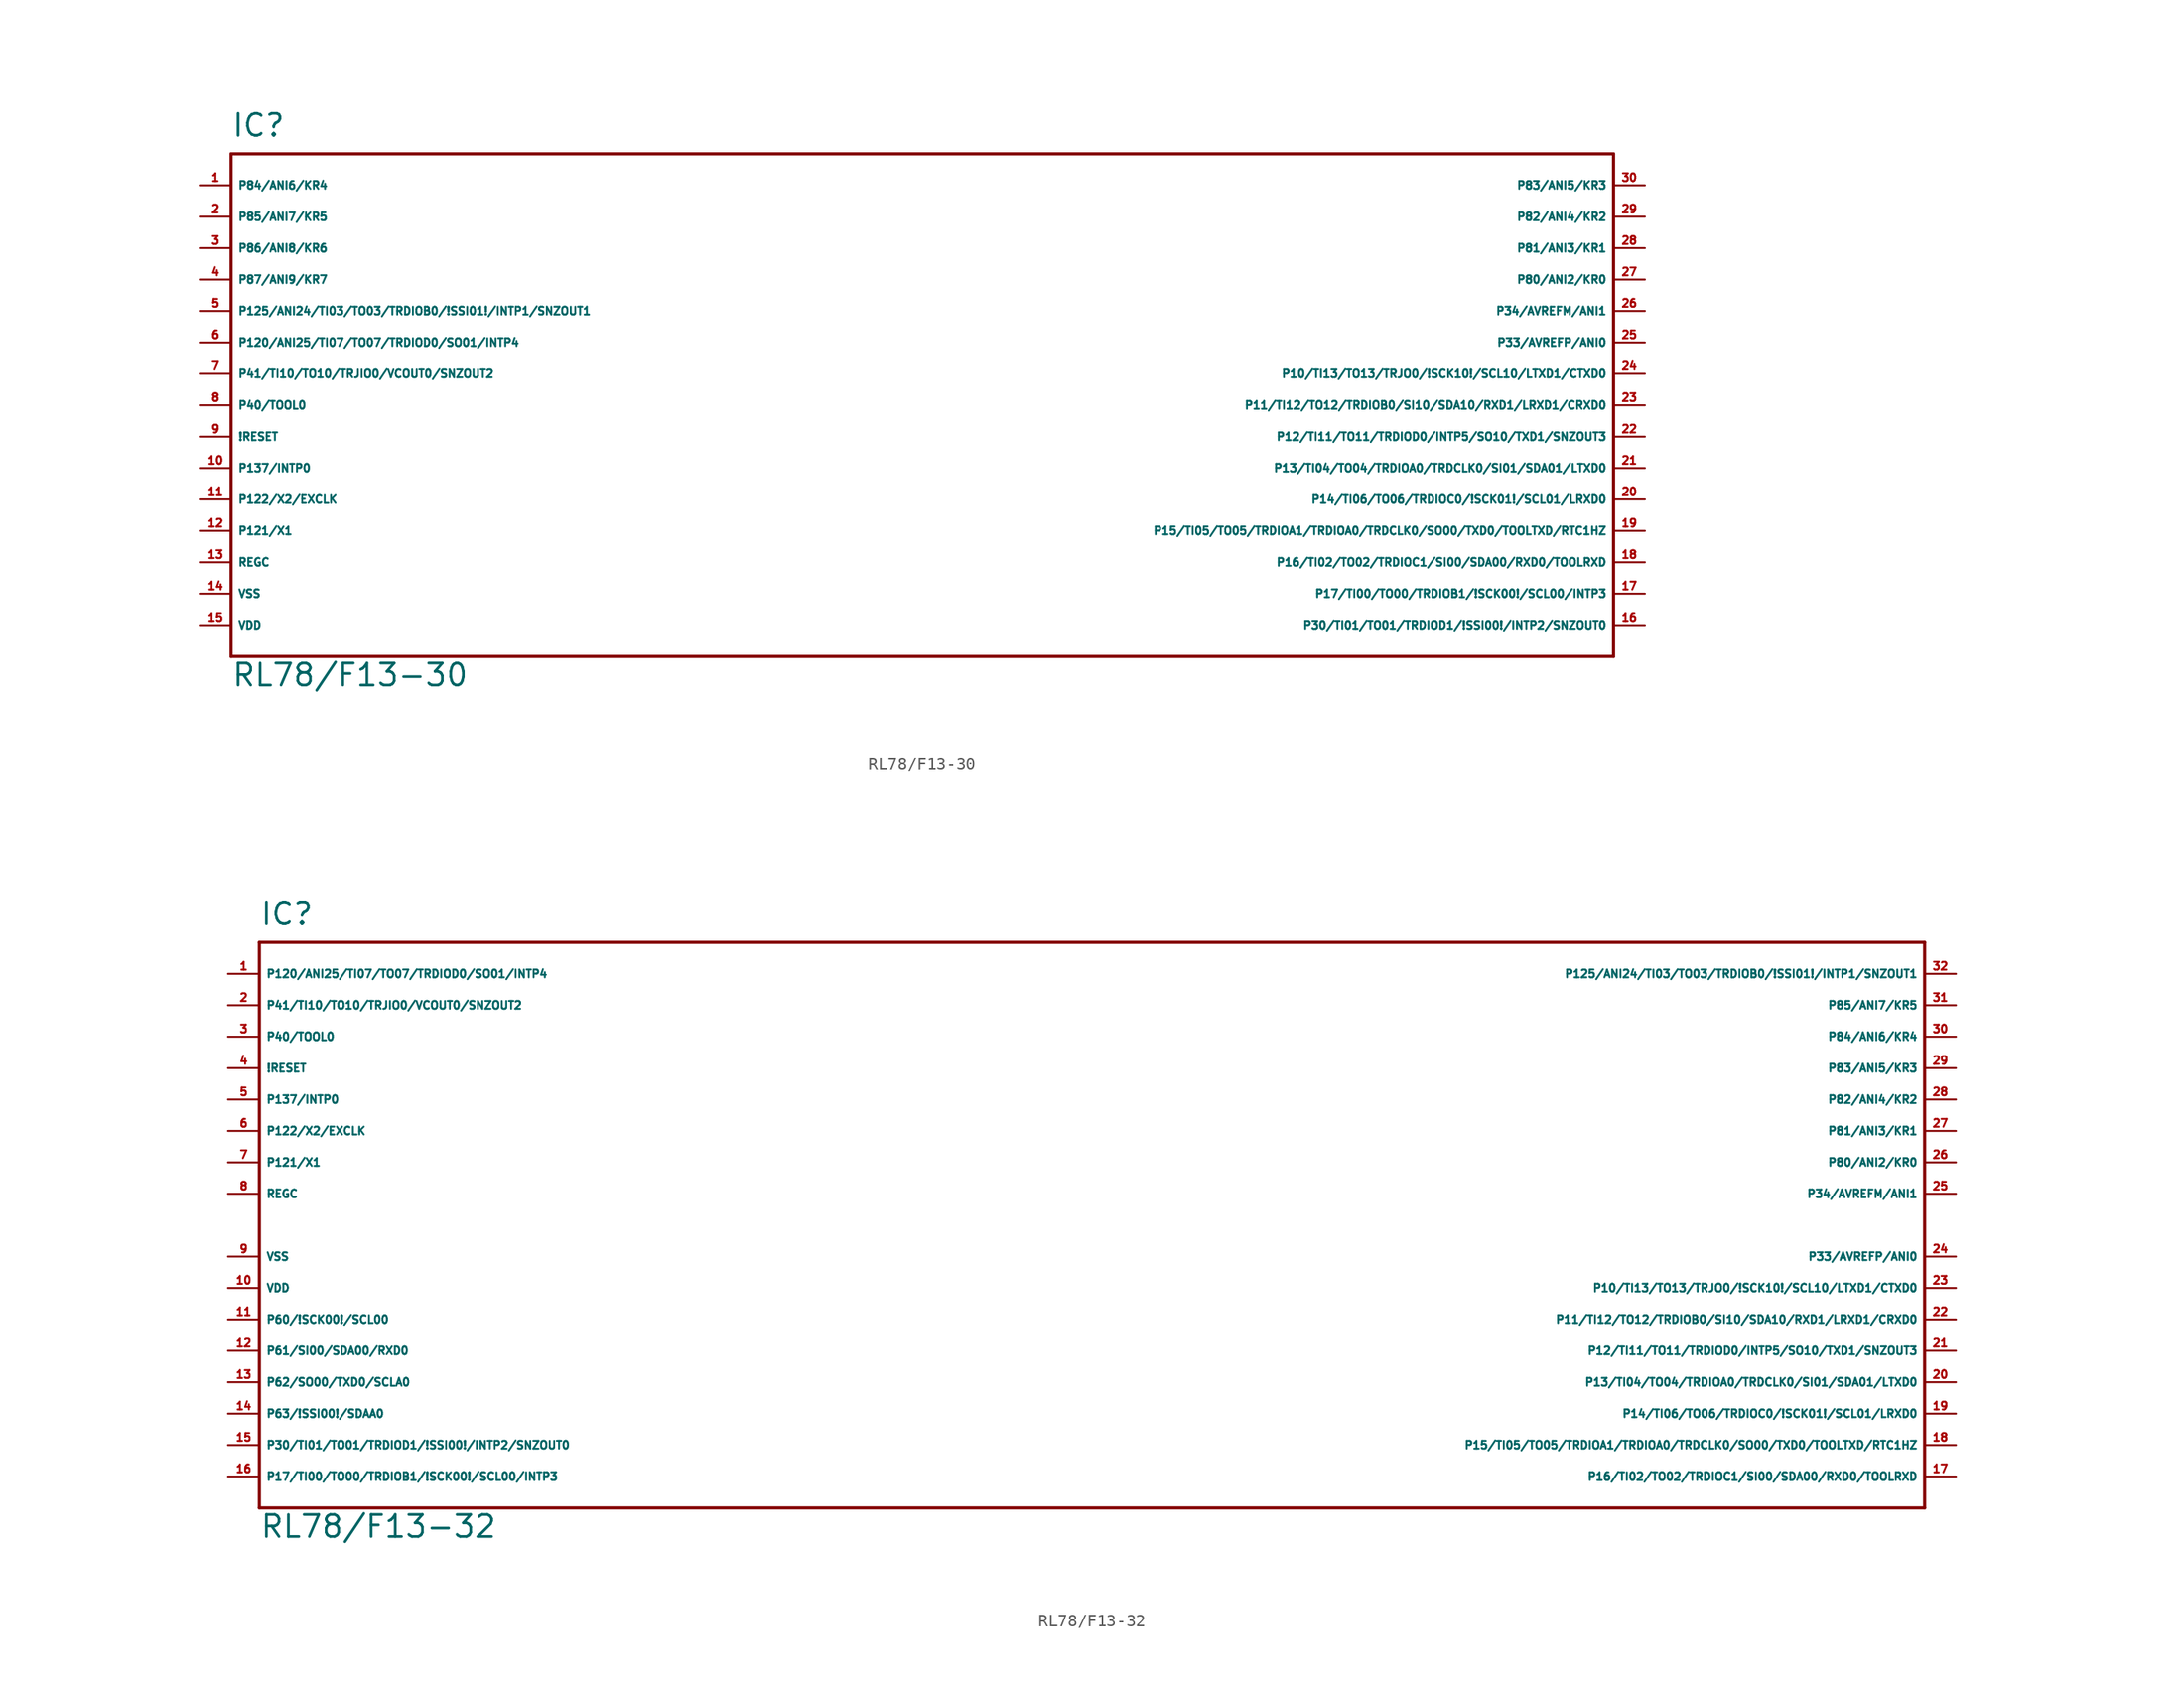
<source format=kicad_sym>
(kicad_symbol_lib
  (version 20220914)
  (generator Eagle2Kicad)
  (symbol "RL78/F13-30"
    (property "Reference" "IC"
      (at -55.88 24.13 0)
      (effects (font (size 1.778 1.778) (thickness 0.22)) (justify left bottom)))
    (property "Value" "RL78/F13-30"
      (at -55.88 -20.32 0)
      (effects (font (size 1.778 1.778) (thickness 0.22)) (justify left bottom)))
    (polyline
      (pts (xy 55.88 22.86) (xy -55.88 22.86))
      (stroke (width 0.254) (type default))
      (fill (type none)))
    (polyline
      (pts (xy -55.88 22.86) (xy -55.88 -17.78))
      (stroke (width 0.254) (type default))
      (fill (type none)))
    (polyline
      (pts (xy -55.88 -17.78) (xy 55.88 -17.78))
      (stroke (width 0.254) (type default))
      (fill (type none)))
    (polyline
      (pts (xy 55.88 -17.78) (xy 55.88 22.86))
      (stroke (width 0.254) (type default))
      (fill (type none)))
    (pin bidirectional line
      (at -58.42 5.08 0)
      (length 2.54)
      (name "P41/TI10/TO10/TRJIO0/VCOUT0/SNZOUT2" (effects (font (size 0.635 0.635) (thickness 0.08)) (justify left bottom)))
      (number "7" (effects (font (size 0.635 0.635) (thickness 0.08)) (justify left bottom))))
    (pin bidirectional line
      (at -58.42 2.54 0)
      (length 2.54)
      (name "P40/TOOL0" (effects (font (size 0.635 0.635) (thickness 0.08)) (justify left bottom)))
      (number "8" (effects (font (size 0.635 0.635) (thickness 0.08)) (justify left bottom))))
    (pin input line
      (at -58.42 0 0)
      (length 2.54)
      (name "!RESET" (effects (font (size 0.635 0.635) (thickness 0.08)) (justify left bottom)))
      (number "9" (effects (font (size 0.635 0.635) (thickness 0.08)) (justify left bottom))))
    (pin input line
      (at -58.42 -2.54 0)
      (length 2.54)
      (name "P137/INTP0" (effects (font (size 0.635 0.635) (thickness 0.08)) (justify left bottom)))
      (number "10" (effects (font (size 0.635 0.635) (thickness 0.08)) (justify left bottom))))
    (pin input line
      (at -58.42 -5.08 0)
      (length 2.54)
      (name "P122/X2/EXCLK" (effects (font (size 0.635 0.635) (thickness 0.08)) (justify left bottom)))
      (number "11" (effects (font (size 0.635 0.635) (thickness 0.08)) (justify left bottom))))
    (pin input line
      (at -58.42 -7.62 0)
      (length 2.54)
      (name "P121/X1" (effects (font (size 0.635 0.635) (thickness 0.08)) (justify left bottom)))
      (number "12" (effects (font (size 0.635 0.635) (thickness 0.08)) (justify left bottom))))
    (pin passive line
      (at -58.42 -10.16 0)
      (length 2.54)
      (name "REGC" (effects (font (size 0.635 0.635) (thickness 0.08)) (justify left bottom)))
      (number "13" (effects (font (size 0.635 0.635) (thickness 0.08)) (justify left bottom))))
    (pin unspecified line
      (at -58.42 -12.7 0)
      (length 2.54)
      (name "VSS" (effects (font (size 0.635 0.635) (thickness 0.08)) (justify left bottom)))
      (number "14" (effects (font (size 0.635 0.635) (thickness 0.08)) (justify left bottom))))
    (pin unspecified line
      (at -58.42 -15.24 0)
      (length 2.54)
      (name "VDD" (effects (font (size 0.635 0.635) (thickness 0.08)) (justify left bottom)))
      (number "15" (effects (font (size 0.635 0.635) (thickness 0.08)) (justify left bottom))))
    (pin bidirectional line
      (at 58.42 12.7 180)
      (length 2.54)
      (name "P80/ANI2/KR0" (effects (font (size 0.635 0.635) (thickness 0.08)) (justify left bottom)))
      (number "27" (effects (font (size 0.635 0.635) (thickness 0.08)) (justify left bottom))))
    (pin bidirectional line
      (at 58.42 15.24 180)
      (length 2.54)
      (name "P81/ANI3/KR1" (effects (font (size 0.635 0.635) (thickness 0.08)) (justify left bottom)))
      (number "28" (effects (font (size 0.635 0.635) (thickness 0.08)) (justify left bottom))))
    (pin bidirectional line
      (at 58.42 17.78 180)
      (length 2.54)
      (name "P82/ANI4/KR2" (effects (font (size 0.635 0.635) (thickness 0.08)) (justify left bottom)))
      (number "29" (effects (font (size 0.635 0.635) (thickness 0.08)) (justify left bottom))))
    (pin bidirectional line
      (at 58.42 20.32 180)
      (length 2.54)
      (name "P83/ANI5/KR3" (effects (font (size 0.635 0.635) (thickness 0.08)) (justify left bottom)))
      (number "30" (effects (font (size 0.635 0.635) (thickness 0.08)) (justify left bottom))))
    (pin bidirectional line
      (at 58.42 -15.24 180)
      (length 2.54)
      (name "P30/TI01/TO01/TRDIOD1/!SSI00!/INTP2/SNZOUT0" (effects (font (size 0.635 0.635) (thickness 0.08)) (justify left bottom)))
      (number "16" (effects (font (size 0.635 0.635) (thickness 0.08)) (justify left bottom))))
    (pin bidirectional line
      (at 58.42 -12.7 180)
      (length 2.54)
      (name "P17/TI00/TO00/TRDIOB1/!SCK00!/SCL00/INTP3" (effects (font (size 0.635 0.635) (thickness 0.08)) (justify left bottom)))
      (number "17" (effects (font (size 0.635 0.635) (thickness 0.08)) (justify left bottom))))
    (pin bidirectional line
      (at 58.42 -10.16 180)
      (length 2.54)
      (name "P16/TI02/TO02/TRDIOC1/SI00/SDA00/RXD0/TOOLRXD" (effects (font (size 0.635 0.635) (thickness 0.08)) (justify left bottom)))
      (number "18" (effects (font (size 0.635 0.635) (thickness 0.08)) (justify left bottom))))
    (pin bidirectional line
      (at 58.42 -7.62 180)
      (length 2.54)
      (name "P15/TI05/TO05/TRDIOA1/TRDIOA0/TRDCLK0/SO00/TXD0/TOOLTXD/RTC1HZ" (effects (font (size 0.635 0.635) (thickness 0.08)) (justify left bottom)))
      (number "19" (effects (font (size 0.635 0.635) (thickness 0.08)) (justify left bottom))))
    (pin bidirectional line
      (at 58.42 -5.08 180)
      (length 2.54)
      (name "P14/TI06/TO06/TRDIOC0/!SCK01!/SCL01/LRXD0" (effects (font (size 0.635 0.635) (thickness 0.08)) (justify left bottom)))
      (number "20" (effects (font (size 0.635 0.635) (thickness 0.08)) (justify left bottom))))
    (pin bidirectional line
      (at 58.42 -2.54 180)
      (length 2.54)
      (name "P13/TI04/TO04/TRDIOA0/TRDCLK0/SI01/SDA01/LTXD0" (effects (font (size 0.635 0.635) (thickness 0.08)) (justify left bottom)))
      (number "21" (effects (font (size 0.635 0.635) (thickness 0.08)) (justify left bottom))))
    (pin bidirectional line
      (at 58.42 0 180)
      (length 2.54)
      (name "P12/TI11/TO11/TRDIOD0/INTP5/SO10/TXD1/SNZOUT3" (effects (font (size 0.635 0.635) (thickness 0.08)) (justify left bottom)))
      (number "22" (effects (font (size 0.635 0.635) (thickness 0.08)) (justify left bottom))))
    (pin bidirectional line
      (at 58.42 2.54 180)
      (length 2.54)
      (name "P11/TI12/TO12/TRDIOB0/SI10/SDA10/RXD1/LRXD1/CRXD0" (effects (font (size 0.635 0.635) (thickness 0.08)) (justify left bottom)))
      (number "23" (effects (font (size 0.635 0.635) (thickness 0.08)) (justify left bottom))))
    (pin bidirectional line
      (at 58.42 5.08 180)
      (length 2.54)
      (name "P10/TI13/TO13/TRJO0/!SCK10!/SCL10/LTXD1/CTXD0" (effects (font (size 0.635 0.635) (thickness 0.08)) (justify left bottom)))
      (number "24" (effects (font (size 0.635 0.635) (thickness 0.08)) (justify left bottom))))
    (pin bidirectional line
      (at 58.42 7.62 180)
      (length 2.54)
      (name "P33/AVREFP/ANI0" (effects (font (size 0.635 0.635) (thickness 0.08)) (justify left bottom)))
      (number "25" (effects (font (size 0.635 0.635) (thickness 0.08)) (justify left bottom))))
    (pin bidirectional line
      (at 58.42 10.16 180)
      (length 2.54)
      (name "P34/AVREFM/ANI1" (effects (font (size 0.635 0.635) (thickness 0.08)) (justify left bottom)))
      (number "26" (effects (font (size 0.635 0.635) (thickness 0.08)) (justify left bottom))))
    (pin bidirectional line
      (at -58.42 12.7 0)
      (length 2.54)
      (name "P87/ANI9/KR7" (effects (font (size 0.635 0.635) (thickness 0.08)) (justify left bottom)))
      (number "4" (effects (font (size 0.635 0.635) (thickness 0.08)) (justify left bottom))))
    (pin bidirectional line
      (at -58.42 15.24 0)
      (length 2.54)
      (name "P86/ANI8/KR6" (effects (font (size 0.635 0.635) (thickness 0.08)) (justify left bottom)))
      (number "3" (effects (font (size 0.635 0.635) (thickness 0.08)) (justify left bottom))))
    (pin bidirectional line
      (at -58.42 20.32 0)
      (length 2.54)
      (name "P84/ANI6/KR4" (effects (font (size 0.635 0.635) (thickness 0.08)) (justify left bottom)))
      (number "1" (effects (font (size 0.635 0.635) (thickness 0.08)) (justify left bottom))))
    (pin bidirectional line
      (at -58.42 17.78 0)
      (length 2.54)
      (name "P85/ANI7/KR5" (effects (font (size 0.635 0.635) (thickness 0.08)) (justify left bottom)))
      (number "2" (effects (font (size 0.635 0.635) (thickness 0.08)) (justify left bottom))))
    (pin bidirectional line
      (at -58.42 10.16 0)
      (length 2.54)
      (name "P125/ANI24/TI03/TO03/TRDIOB0/!SSI01!/INTP1/SNZOUT1" (effects (font (size 0.635 0.635) (thickness 0.08)) (justify left bottom)))
      (number "5" (effects (font (size 0.635 0.635) (thickness 0.08)) (justify left bottom))))
    (pin bidirectional line
      (at -58.42 7.62 0)
      (length 2.54)
      (name "P120/ANI25/TI07/TO07/TRDIOD0/SO01/INTP4" (effects (font (size 0.635 0.635) (thickness 0.08)) (justify left bottom)))
      (number "6" (effects (font (size 0.635 0.635) (thickness 0.08)) (justify left bottom)))))
  (symbol "RL78/F13-32"
    (property "Reference" "IC"
      (at -68.58 24.13 0)
      (effects (font (size 1.778 1.778) (thickness 0.22)) (justify left bottom)))
    (property "Value" "RL78/F13-32"
      (at -68.58 -25.4 0)
      (effects (font (size 1.778 1.778) (thickness 0.22)) (justify left bottom)))
    (polyline
      (pts (xy 66.04 22.86) (xy -68.58 22.86))
      (stroke (width 0.254) (type default))
      (fill (type none)))
    (polyline
      (pts (xy -68.58 22.86) (xy -68.58 -22.86))
      (stroke (width 0.254) (type default))
      (fill (type none)))
    (polyline
      (pts (xy -68.58 -22.86) (xy 66.04 -22.86))
      (stroke (width 0.254) (type default))
      (fill (type none)))
    (polyline
      (pts (xy 66.04 -22.86) (xy 66.04 22.86))
      (stroke (width 0.254) (type default))
      (fill (type none)))
    (pin bidirectional line
      (at -71.12 17.78 0)
      (length 2.54)
      (name "P41/TI10/TO10/TRJIO0/VCOUT0/SNZOUT2" (effects (font (size 0.635 0.635) (thickness 0.08)) (justify left bottom)))
      (number "2" (effects (font (size 0.635 0.635) (thickness 0.08)) (justify left bottom))))
    (pin bidirectional line
      (at -71.12 15.24 0)
      (length 2.54)
      (name "P40/TOOL0" (effects (font (size 0.635 0.635) (thickness 0.08)) (justify left bottom)))
      (number "3" (effects (font (size 0.635 0.635) (thickness 0.08)) (justify left bottom))))
    (pin input line
      (at -71.12 12.7 0)
      (length 2.54)
      (name "!RESET" (effects (font (size 0.635 0.635) (thickness 0.08)) (justify left bottom)))
      (number "4" (effects (font (size 0.635 0.635) (thickness 0.08)) (justify left bottom))))
    (pin input line
      (at -71.12 10.16 0)
      (length 2.54)
      (name "P137/INTP0" (effects (font (size 0.635 0.635) (thickness 0.08)) (justify left bottom)))
      (number "5" (effects (font (size 0.635 0.635) (thickness 0.08)) (justify left bottom))))
    (pin input line
      (at -71.12 7.62 0)
      (length 2.54)
      (name "P122/X2/EXCLK" (effects (font (size 0.635 0.635) (thickness 0.08)) (justify left bottom)))
      (number "6" (effects (font (size 0.635 0.635) (thickness 0.08)) (justify left bottom))))
    (pin input line
      (at -71.12 5.08 0)
      (length 2.54)
      (name "P121/X1" (effects (font (size 0.635 0.635) (thickness 0.08)) (justify left bottom)))
      (number "7" (effects (font (size 0.635 0.635) (thickness 0.08)) (justify left bottom))))
    (pin passive line
      (at -71.12 2.54 0)
      (length 2.54)
      (name "REGC" (effects (font (size 0.635 0.635) (thickness 0.08)) (justify left bottom)))
      (number "8" (effects (font (size 0.635 0.635) (thickness 0.08)) (justify left bottom))))
    (pin unspecified line
      (at -71.12 -2.54 0)
      (length 2.54)
      (name "VSS" (effects (font (size 0.635 0.635) (thickness 0.08)) (justify left bottom)))
      (number "9" (effects (font (size 0.635 0.635) (thickness 0.08)) (justify left bottom))))
    (pin unspecified line
      (at -71.12 -5.08 0)
      (length 2.54)
      (name "VDD" (effects (font (size 0.635 0.635) (thickness 0.08)) (justify left bottom)))
      (number "10" (effects (font (size 0.635 0.635) (thickness 0.08)) (justify left bottom))))
    (pin bidirectional line
      (at -71.12 -7.62 0)
      (length 2.54)
      (name "P60/!SCK00!/SCL00" (effects (font (size 0.635 0.635) (thickness 0.08)) (justify left bottom)))
      (number "11" (effects (font (size 0.635 0.635) (thickness 0.08)) (justify left bottom))))
    (pin bidirectional line
      (at -71.12 -10.16 0)
      (length 2.54)
      (name "P61/SI00/SDA00/RXD0" (effects (font (size 0.635 0.635) (thickness 0.08)) (justify left bottom)))
      (number "12" (effects (font (size 0.635 0.635) (thickness 0.08)) (justify left bottom))))
    (pin bidirectional line
      (at -71.12 -12.7 0)
      (length 2.54)
      (name "P62/SO00/TXD0/SCLA0" (effects (font (size 0.635 0.635) (thickness 0.08)) (justify left bottom)))
      (number "13" (effects (font (size 0.635 0.635) (thickness 0.08)) (justify left bottom))))
    (pin bidirectional line
      (at -71.12 -15.24 0)
      (length 2.54)
      (name "P63/!SSI00!/SDAA0" (effects (font (size 0.635 0.635) (thickness 0.08)) (justify left bottom)))
      (number "14" (effects (font (size 0.635 0.635) (thickness 0.08)) (justify left bottom))))
    (pin bidirectional line
      (at -71.12 -17.78 0)
      (length 2.54)
      (name "P30/TI01/TO01/TRDIOD1/!SSI00!/INTP2/SNZOUT0" (effects (font (size 0.635 0.635) (thickness 0.08)) (justify left bottom)))
      (number "15" (effects (font (size 0.635 0.635) (thickness 0.08)) (justify left bottom))))
    (pin bidirectional line
      (at -71.12 -20.32 0)
      (length 2.54)
      (name "P17/TI00/TO00/TRDIOB1/!SCK00!/SCL00/INTP3" (effects (font (size 0.635 0.635) (thickness 0.08)) (justify left bottom)))
      (number "16" (effects (font (size 0.635 0.635) (thickness 0.08)) (justify left bottom))))
    (pin bidirectional line
      (at 68.58 -20.32 180)
      (length 2.54)
      (name "P16/TI02/TO02/TRDIOC1/SI00/SDA00/RXD0/TOOLRXD" (effects (font (size 0.635 0.635) (thickness 0.08)) (justify left bottom)))
      (number "17" (effects (font (size 0.635 0.635) (thickness 0.08)) (justify left bottom))))
    (pin bidirectional line
      (at 68.58 -17.78 180)
      (length 2.54)
      (name "P15/TI05/TO05/TRDIOA1/TRDIOA0/TRDCLK0/SO00/TXD0/TOOLTXD/RTC1HZ" (effects (font (size 0.635 0.635) (thickness 0.08)) (justify left bottom)))
      (number "18" (effects (font (size 0.635 0.635) (thickness 0.08)) (justify left bottom))))
    (pin bidirectional line
      (at 68.58 -15.24 180)
      (length 2.54)
      (name "P14/TI06/TO06/TRDIOC0/!SCK01!/SCL01/LRXD0" (effects (font (size 0.635 0.635) (thickness 0.08)) (justify left bottom)))
      (number "19" (effects (font (size 0.635 0.635) (thickness 0.08)) (justify left bottom))))
    (pin bidirectional line
      (at 68.58 -12.7 180)
      (length 2.54)
      (name "P13/TI04/TO04/TRDIOA0/TRDCLK0/SI01/SDA01/LTXD0" (effects (font (size 0.635 0.635) (thickness 0.08)) (justify left bottom)))
      (number "20" (effects (font (size 0.635 0.635) (thickness 0.08)) (justify left bottom))))
    (pin bidirectional line
      (at 68.58 -10.16 180)
      (length 2.54)
      (name "P12/TI11/TO11/TRDIOD0/INTP5/SO10/TXD1/SNZOUT3" (effects (font (size 0.635 0.635) (thickness 0.08)) (justify left bottom)))
      (number "21" (effects (font (size 0.635 0.635) (thickness 0.08)) (justify left bottom))))
    (pin bidirectional line
      (at 68.58 -7.62 180)
      (length 2.54)
      (name "P11/TI12/TO12/TRDIOB0/SI10/SDA10/RXD1/LRXD1/CRXD0" (effects (font (size 0.635 0.635) (thickness 0.08)) (justify left bottom)))
      (number "22" (effects (font (size 0.635 0.635) (thickness 0.08)) (justify left bottom))))
    (pin bidirectional line
      (at 68.58 -5.08 180)
      (length 2.54)
      (name "P10/TI13/TO13/TRJO0/!SCK10!/SCL10/LTXD1/CTXD0" (effects (font (size 0.635 0.635) (thickness 0.08)) (justify left bottom)))
      (number "23" (effects (font (size 0.635 0.635) (thickness 0.08)) (justify left bottom))))
    (pin bidirectional line
      (at 68.58 -2.54 180)
      (length 2.54)
      (name "P33/AVREFP/ANI0" (effects (font (size 0.635 0.635) (thickness 0.08)) (justify left bottom)))
      (number "24" (effects (font (size 0.635 0.635) (thickness 0.08)) (justify left bottom))))
    (pin bidirectional line
      (at 68.58 2.54 180)
      (length 2.54)
      (name "P34/AVREFM/ANI1" (effects (font (size 0.635 0.635) (thickness 0.08)) (justify left bottom)))
      (number "25" (effects (font (size 0.635 0.635) (thickness 0.08)) (justify left bottom))))
    (pin bidirectional line
      (at 68.58 5.08 180)
      (length 2.54)
      (name "P80/ANI2/KR0" (effects (font (size 0.635 0.635) (thickness 0.08)) (justify left bottom)))
      (number "26" (effects (font (size 0.635 0.635) (thickness 0.08)) (justify left bottom))))
    (pin bidirectional line
      (at 68.58 7.62 180)
      (length 2.54)
      (name "P81/ANI3/KR1" (effects (font (size 0.635 0.635) (thickness 0.08)) (justify left bottom)))
      (number "27" (effects (font (size 0.635 0.635) (thickness 0.08)) (justify left bottom))))
    (pin bidirectional line
      (at 68.58 10.16 180)
      (length 2.54)
      (name "P82/ANI4/KR2" (effects (font (size 0.635 0.635) (thickness 0.08)) (justify left bottom)))
      (number "28" (effects (font (size 0.635 0.635) (thickness 0.08)) (justify left bottom))))
    (pin bidirectional line
      (at 68.58 12.7 180)
      (length 2.54)
      (name "P83/ANI5/KR3" (effects (font (size 0.635 0.635) (thickness 0.08)) (justify left bottom)))
      (number "29" (effects (font (size 0.635 0.635) (thickness 0.08)) (justify left bottom))))
    (pin bidirectional line
      (at 68.58 15.24 180)
      (length 2.54)
      (name "P84/ANI6/KR4" (effects (font (size 0.635 0.635) (thickness 0.08)) (justify left bottom)))
      (number "30" (effects (font (size 0.635 0.635) (thickness 0.08)) (justify left bottom))))
    (pin bidirectional line
      (at 68.58 17.78 180)
      (length 2.54)
      (name "P85/ANI7/KR5" (effects (font (size 0.635 0.635) (thickness 0.08)) (justify left bottom)))
      (number "31" (effects (font (size 0.635 0.635) (thickness 0.08)) (justify left bottom))))
    (pin bidirectional line
      (at 68.58 20.32 180)
      (length 2.54)
      (name "P125/ANI24/TI03/TO03/TRDIOB0/!SSI01!/INTP1/SNZOUT1" (effects (font (size 0.635 0.635) (thickness 0.08)) (justify left bottom)))
      (number "32" (effects (font (size 0.635 0.635) (thickness 0.08)) (justify left bottom))))
    (pin bidirectional line
      (at -71.12 20.32 0)
      (length 2.54)
      (name "P120/ANI25/TI07/TO07/TRDIOD0/SO01/INTP4" (effects (font (size 0.635 0.635) (thickness 0.08)) (justify left bottom)))
      (number "1" (effects (font (size 0.635 0.635) (thickness 0.08)) (justify left bottom))))))
</source>
